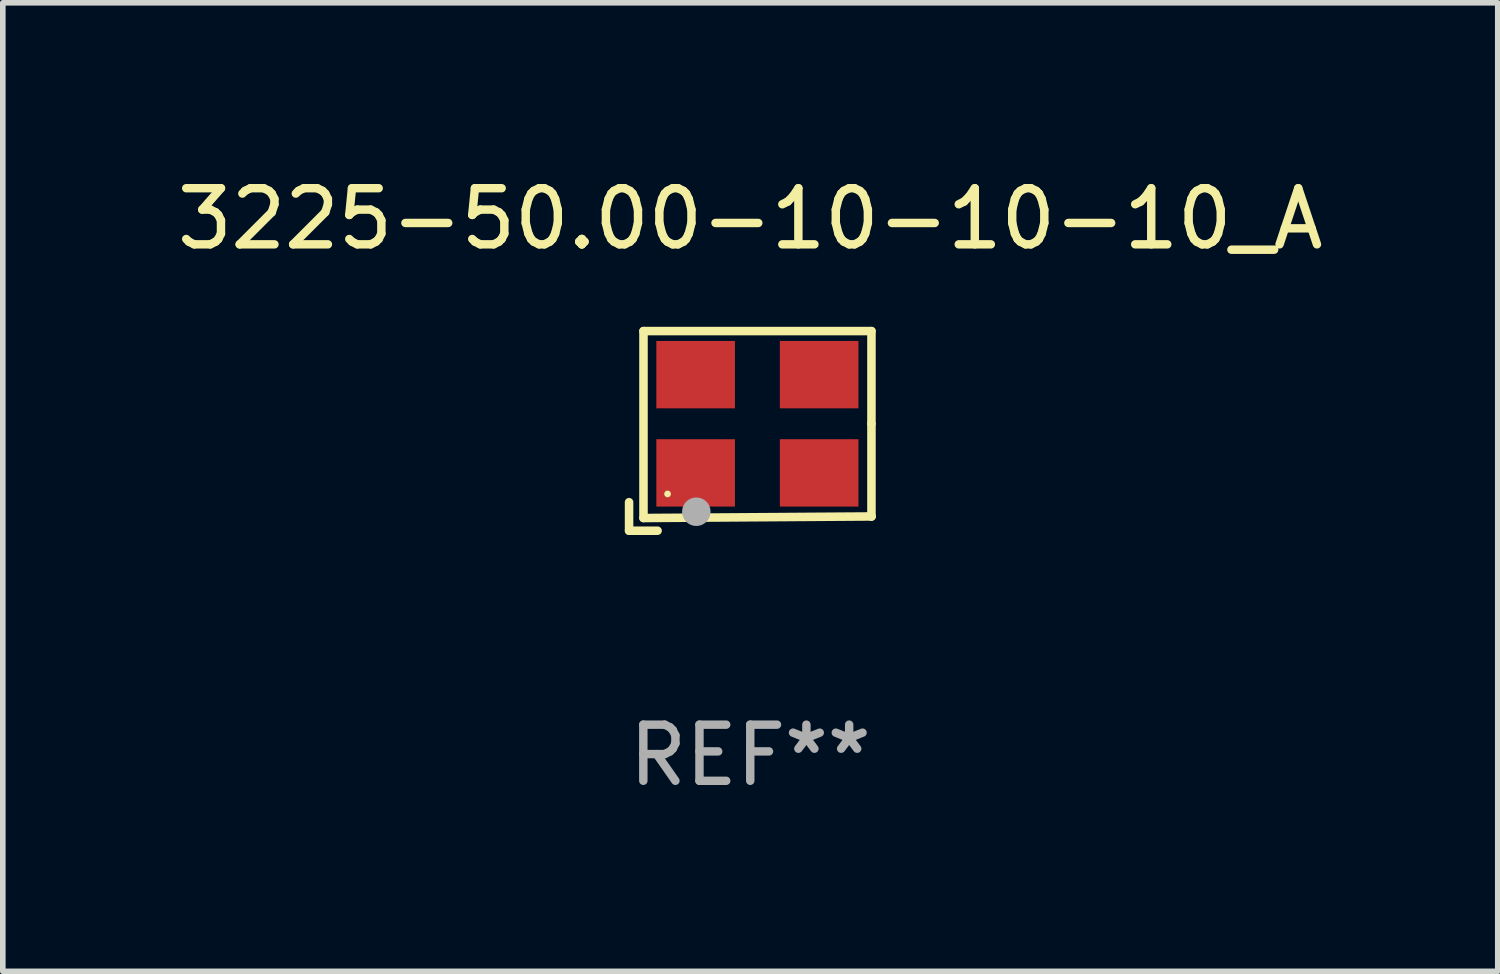
<source format=kicad_pcb>
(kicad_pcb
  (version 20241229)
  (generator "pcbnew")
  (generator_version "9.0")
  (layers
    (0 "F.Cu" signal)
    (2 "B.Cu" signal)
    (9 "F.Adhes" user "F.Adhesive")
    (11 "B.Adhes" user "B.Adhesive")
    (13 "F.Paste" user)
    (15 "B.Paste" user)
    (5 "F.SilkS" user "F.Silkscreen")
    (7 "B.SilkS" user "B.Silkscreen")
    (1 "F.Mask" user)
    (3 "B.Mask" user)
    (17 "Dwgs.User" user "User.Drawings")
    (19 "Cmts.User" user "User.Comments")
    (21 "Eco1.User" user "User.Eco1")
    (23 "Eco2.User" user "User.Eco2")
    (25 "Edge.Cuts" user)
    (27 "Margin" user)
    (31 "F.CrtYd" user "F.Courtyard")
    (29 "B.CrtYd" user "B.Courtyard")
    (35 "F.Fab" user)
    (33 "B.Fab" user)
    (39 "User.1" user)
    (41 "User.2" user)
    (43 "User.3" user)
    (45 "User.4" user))
  (footprint "3225-50.00-10-10-10_A"
    (layer "F.Cu")
    (at 10.315 4.626)
    (property "Reference" "3225-50.00-10-10-10_A" (at 0 -3.778 0) (layer "F.SilkS") (effects (font (size 1 1) (thickness 0.15))))
    (attr through_hole)
    (fp_line (start -2.159 1.27) (end -2.159 1.778) (stroke (width 0.152) (type solid)) (layer "F.SilkS"))
    (fp_line (start -2.159 1.778) (end -1.651 1.778) (stroke (width 0.152) (type solid)) (layer "F.SilkS"))
    (fp_line (start -1.902 -1.778) (end 2.159 -1.778) (stroke (width 0.152) (type solid)) (layer "F.SilkS"))
    (fp_line (start -1.902 1.552) (end -1.902 -1.778) (stroke (width 0.152) (type solid)) (layer "F.SilkS"))
    (fp_line (start 2.159 -1.778) (end 2.159 -0.127) (stroke (width 0.152) (type solid)) (layer "F.SilkS"))
    (fp_line (start 2.159 -0.127) (end 2.159 1.524) (stroke (width 0.152) (type solid)) (layer "F.SilkS"))
    (fp_line (start 2.159 1.524) (end -1.902 1.552) (stroke (width 0.152) (type solid)) (layer "F.SilkS"))
    (fp_line (start 2.159 1.524) (end 2.159 1.524) (stroke (width 0.152) (type solid)) (layer "F.SilkS"))
    (fp_circle (center -1.473 1.123) (end -1.443 1.123) (stroke (width 0.06) (type solid)) (fill no) (layer "F.SilkS"))
    (fp_circle (center -0.961 1.44) (end -0.834 1.44) (stroke (width 0.254) (type solid)) (fill no) (layer "F.Fab"))
    (fp_text user "REF**" (at 0 5.778 0) (layer "F.Fab") (effects (font (size 1 1) (thickness 0.15))))
    (pad "1" smd rect (at -0.973 0.748) (size 1.4 1.2) (layers "F.Cu" "F.Mask" "F.Paste"))
    (pad "2" smd rect (at 1.227 0.748) (size 1.4 1.2) (layers "F.Cu" "F.Mask" "F.Paste"))
    (pad "3" smd rect (at 1.227 -1.002) (size 1.4 1.2) (layers "F.Cu" "F.Mask" "F.Paste"))
    (pad "4" smd rect (at -0.973 -1.002) (size 1.4 1.2) (layers "F.Cu" "F.Mask" "F.Paste")))
  (gr_rect
    (start -3 -3)
    (end 23.631 14.253)
    (stroke (width 0.1) (type default))
    (fill no)
    (layer "Edge.Cuts")))
</source>
